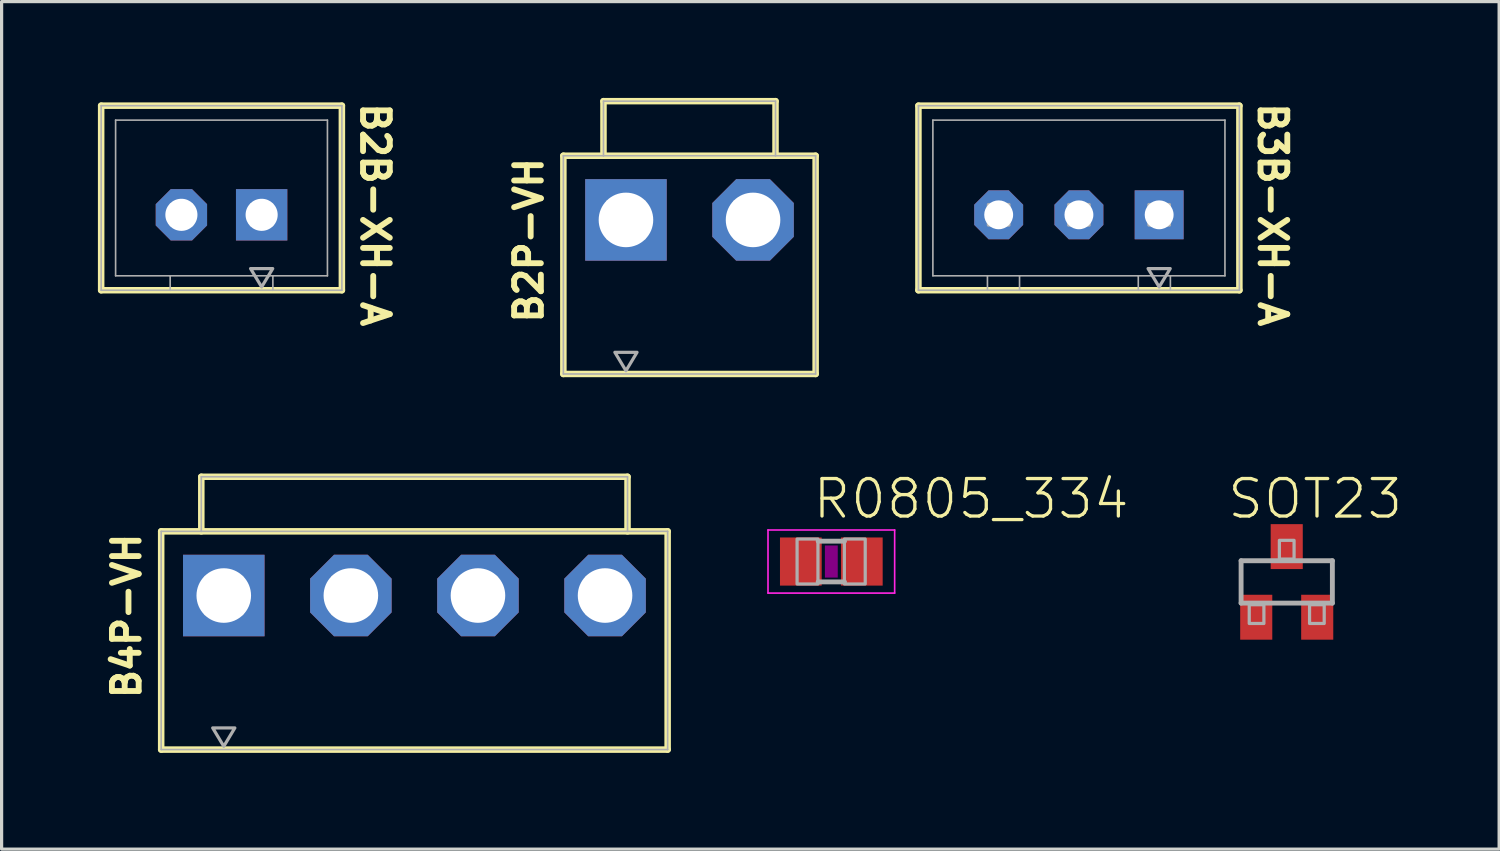
<source format=kicad_pcb>
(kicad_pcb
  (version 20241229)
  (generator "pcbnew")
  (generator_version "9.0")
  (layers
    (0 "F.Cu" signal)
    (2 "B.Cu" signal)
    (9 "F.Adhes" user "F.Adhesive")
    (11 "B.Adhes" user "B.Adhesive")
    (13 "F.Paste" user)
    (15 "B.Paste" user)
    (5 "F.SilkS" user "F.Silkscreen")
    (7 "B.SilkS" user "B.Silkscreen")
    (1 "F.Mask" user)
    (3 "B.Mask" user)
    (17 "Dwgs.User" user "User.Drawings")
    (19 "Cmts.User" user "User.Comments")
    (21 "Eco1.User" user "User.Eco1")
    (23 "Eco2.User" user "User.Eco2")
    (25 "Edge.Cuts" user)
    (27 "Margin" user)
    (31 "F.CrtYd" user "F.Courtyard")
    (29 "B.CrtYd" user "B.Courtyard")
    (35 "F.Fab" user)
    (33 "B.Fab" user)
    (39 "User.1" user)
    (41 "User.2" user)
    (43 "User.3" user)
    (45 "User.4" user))
  (footprint "B2P-VH"
    (layer "F.Cu")
    (at 18.433 3.802)
    (property "Reference" "B2P-VH" (at -4.52 0.635 90) (unlocked yes) (layer "F.SilkS") (effects (font (size 0.833 0.833) (thickness 0.183)) (justify bottom)))
    (fp_line (start -3.93 -2) (end 3.93 -2) (stroke (width 0.203) (type solid)) (layer "F.SilkS"))
    (fp_line (start -3.93 4.8) (end -3.93 -2) (stroke (width 0.203) (type solid)) (layer "F.SilkS"))
    (fp_line (start -2.68 -3.7) (end -2.68 -2) (stroke (width 0.203) (type solid)) (layer "F.SilkS"))
    (fp_line (start -2.68 -3.7) (end 2.68 -3.7) (stroke (width 0.203) (type solid)) (layer "F.SilkS"))
    (fp_line (start 2.68 -3.7) (end 2.68 -2) (stroke (width 0.203) (type solid)) (layer "F.SilkS"))
    (fp_line (start 3.93 -2) (end 3.93 4.8) (stroke (width 0.203) (type solid)) (layer "F.SilkS"))
    (fp_line (start 3.93 4.8) (end -3.93 4.8) (stroke (width 0.203) (type solid)) (layer "F.SilkS"))
    (fp_line (start -3.93 -2) (end -2.68 -2) (stroke (width 0.051) (type solid)) (layer "F.Fab"))
    (fp_line (start -3.93 4.8) (end -3.93 -2) (stroke (width 0.051) (type solid)) (layer "F.Fab"))
    (fp_line (start -2.68 -3.7) (end -2.68 -2) (stroke (width 0.051) (type solid)) (layer "F.Fab"))
    (fp_line (start -2.68 -3.7) (end 2.68 -3.7) (stroke (width 0.051) (type solid)) (layer "F.Fab"))
    (fp_line (start -2.68 -2) (end 2.68 -2) (stroke (width 0.051) (type solid)) (layer "F.Fab"))
    (fp_line (start 2.68 -3.7) (end 2.68 -2) (stroke (width 0.051) (type solid)) (layer "F.Fab"))
    (fp_line (start 2.68 -2) (end 3.93 -2) (stroke (width 0.051) (type solid)) (layer "F.Fab"))
    (fp_line (start 3.93 -2) (end 3.93 4.8) (stroke (width 0.051) (type solid)) (layer "F.Fab"))
    (fp_line (start 3.93 4.8) (end -3.93 4.8) (stroke (width 0.051) (type solid)) (layer "F.Fab"))
    (fp_poly (pts (xy -1.98 4.699) (xy -2.325 4.125) (xy -1.635 4.125)) (stroke (width 0.1) (type default)) (fill no) (layer "F.Fab"))
    (fp_poly (pts (xy -2.55 0.57) (xy -1.41 0.57) (xy -1.41 -0.57) (xy -2.55 -0.57)) (stroke (width 0.1) (type default)) (fill no) (layer "F.Fab"))
    (fp_poly (pts (xy 1.41 0.57) (xy 2.55 0.57) (xy 2.55 -0.57) (xy 1.41 -0.57)) (stroke (width 0.1) (type default)) (fill no) (layer "F.Fab"))
    (pad "1" thru_hole rect (at -1.98 0 90) (size 2.54 2.54) (drill 1.7) (layers "*.Cu" "*.Mask"))
    (pad "2" thru_hole roundrect (at 1.98 0 90) (size 2.54 2.54) (drill 1.7) (layers "*.Cu" "*.Mask") (roundrect_rratio 0.25) (chamfer_ratio 0.293) (chamfer top_left top_right bottom_left bottom_right)))
  (footprint "R0805_334"
    (layer "F.Cu")
    (at 22.852 14.446)
    (property "Reference" "R0805_334" (at -0.635 -1.27 0) (unlocked yes) (layer "F.SilkS") (effects (font (size 1.168 1.168) (thickness 0.102)) (justify left bottom)))
    (fp_poly (pts (xy -0.2 0.5) (xy 0.2 0.5) (xy 0.2 -0.5) (xy -0.2 -0.5)) (stroke (width 0) (type default)) (fill yes) (layer "F.Adhes"))
    (fp_line (start -1.973 -0.983) (end 1.973 -0.983) (stroke (width 0.051) (type solid)) (layer "F.CrtYd"))
    (fp_line (start -1.973 0.983) (end -1.973 -0.983) (stroke (width 0.051) (type solid)) (layer "F.CrtYd"))
    (fp_line (start 1.973 -0.983) (end 1.973 0.983) (stroke (width 0.051) (type solid)) (layer "F.CrtYd"))
    (fp_line (start 1.973 0.983) (end -1.973 0.983) (stroke (width 0.051) (type solid)) (layer "F.CrtYd"))
    (fp_line (start -0.41 -0.635) (end 0.41 -0.635) (stroke (width 0.152) (type solid)) (layer "F.Fab"))
    (fp_line (start -0.41 0.635) (end 0.41 0.635) (stroke (width 0.152) (type solid)) (layer "F.Fab"))
    (fp_poly (pts (xy -1.067 0.699) (xy -0.417 0.699) (xy -0.417 -0.702) (xy -1.067 -0.702)) (stroke (width 0.1) (type default)) (fill no) (layer "F.Fab"))
    (fp_poly (pts (xy 0.406 0.699) (xy 1.056 0.699) (xy 1.056 -0.702) (xy 0.406 -0.702)) (stroke (width 0.1) (type default)) (fill no) (layer "F.Fab"))
    (pad "1" smd rect (at -0.95 0) (size 1.3 1.5) (layers "F.Cu" "F.Mask" "F.Paste"))
    (pad "2" smd rect (at 0.95 0) (size 1.3 1.5) (layers "F.Cu" "F.Mask" "F.Paste")))
  (footprint "B4P-VH"
    (layer "F.Cu")
    (at 9.862 15.505)
    (property "Reference" "B4P-VH" (at -8.48 0.635 90) (unlocked yes) (layer "F.SilkS") (effects (font (size 0.833 0.833) (thickness 0.183)) (justify bottom)))
    (fp_line (start -7.89 -2) (end 7.89 -2) (stroke (width 0.203) (type solid)) (layer "F.SilkS"))
    (fp_line (start -7.89 4.8) (end -7.89 -2) (stroke (width 0.203) (type solid)) (layer "F.SilkS"))
    (fp_line (start -6.64 -3.7) (end -6.64 -2) (stroke (width 0.203) (type solid)) (layer "F.SilkS"))
    (fp_line (start -6.64 -3.7) (end 6.64 -3.7) (stroke (width 0.203) (type solid)) (layer "F.SilkS"))
    (fp_line (start 6.64 -3.7) (end 6.64 -2) (stroke (width 0.203) (type solid)) (layer "F.SilkS"))
    (fp_line (start 7.89 -2) (end 7.89 4.8) (stroke (width 0.203) (type solid)) (layer "F.SilkS"))
    (fp_line (start 7.89 4.8) (end -7.89 4.8) (stroke (width 0.203) (type solid)) (layer "F.SilkS"))
    (fp_line (start -7.89 -2) (end -6.64 -2) (stroke (width 0.051) (type solid)) (layer "F.Fab"))
    (fp_line (start -7.89 4.8) (end -7.89 -2) (stroke (width 0.051) (type solid)) (layer "F.Fab"))
    (fp_line (start -6.64 -3.7) (end -6.64 -2) (stroke (width 0.051) (type solid)) (layer "F.Fab"))
    (fp_line (start -6.64 -3.7) (end 6.64 -3.7) (stroke (width 0.051) (type solid)) (layer "F.Fab"))
    (fp_line (start -6.64 -2) (end 6.64 -2) (stroke (width 0.051) (type solid)) (layer "F.Fab"))
    (fp_line (start 6.64 -3.7) (end 6.64 -2) (stroke (width 0.051) (type solid)) (layer "F.Fab"))
    (fp_line (start 6.64 -2) (end 7.89 -2) (stroke (width 0.051) (type solid)) (layer "F.Fab"))
    (fp_line (start 7.89 -2) (end 7.89 4.8) (stroke (width 0.051) (type solid)) (layer "F.Fab"))
    (fp_line (start 7.89 4.8) (end -7.89 4.8) (stroke (width 0.051) (type solid)) (layer "F.Fab"))
    (fp_poly (pts (xy -5.94 4.699) (xy -6.285 4.125) (xy -5.595 4.125)) (stroke (width 0.1) (type default)) (fill no) (layer "F.Fab"))
    (fp_poly (pts (xy -6.51 0.57) (xy -5.37 0.57) (xy -5.37 -0.57) (xy -6.51 -0.57)) (stroke (width 0.1) (type default)) (fill no) (layer "F.Fab"))
    (fp_poly (pts (xy -2.55 0.57) (xy -1.41 0.57) (xy -1.41 -0.57) (xy -2.55 -0.57)) (stroke (width 0.1) (type default)) (fill no) (layer "F.Fab"))
    (fp_poly (pts (xy 1.41 0.57) (xy 2.55 0.57) (xy 2.55 -0.57) (xy 1.41 -0.57)) (stroke (width 0.1) (type default)) (fill no) (layer "F.Fab"))
    (fp_poly (pts (xy 5.37 0.57) (xy 6.51 0.57) (xy 6.51 -0.57) (xy 5.37 -0.57)) (stroke (width 0.1) (type default)) (fill no) (layer "F.Fab"))
    (pad "1" thru_hole rect (at -5.94 0 90) (size 2.54 2.54) (drill 1.7) (layers "*.Cu" "*.Mask"))
    (pad "2" thru_hole roundrect (at -1.98 0 90) (size 2.54 2.54) (drill 1.7) (layers "*.Cu" "*.Mask") (roundrect_rratio 0.25) (chamfer_ratio 0.293) (chamfer top_left top_right bottom_left bottom_right))
    (pad "3" thru_hole roundrect (at 1.98 0 90) (size 2.54 2.54) (drill 1.7) (layers "*.Cu" "*.Mask") (roundrect_rratio 0.25) (chamfer_ratio 0.293) (chamfer top_left top_right bottom_left bottom_right))
    (pad "4" thru_hole roundrect (at 5.94 0 90) (size 2.54 2.54) (drill 1.7) (layers "*.Cu" "*.Mask") (roundrect_rratio 0.25) (chamfer_ratio 0.293) (chamfer top_left top_right bottom_left bottom_right)))
  (footprint "B3B-XH-A"
    (layer "F.Cu")
    (at 30.566 3.643)
    (property "Reference" "B3B-XH-A" (at 5.548 0 270) (unlocked yes) (layer "F.SilkS") (effects (font (size 0.833 0.833) (thickness 0.183)) (justify bottom)))
    (fp_line (start -5 -3.4) (end 5 -3.4) (stroke (width 0.203) (type solid)) (layer "F.SilkS"))
    (fp_line (start -5 2.35) (end -5 -3.4) (stroke (width 0.203) (type solid)) (layer "F.SilkS"))
    (fp_line (start 5 -3.4) (end 5 2.35) (stroke (width 0.203) (type solid)) (layer "F.SilkS"))
    (fp_line (start 5 2.35) (end -5 2.35) (stroke (width 0.203) (type solid)) (layer "F.SilkS"))
    (fp_line (start -5 -3.4) (end 5 -3.4) (stroke (width 0.051) (type solid)) (layer "F.Fab"))
    (fp_line (start -5 2.35) (end -5 -3.4) (stroke (width 0.051) (type solid)) (layer "F.Fab"))
    (fp_line (start -4.55 -2.95) (end -4.55 1.9) (stroke (width 0.051) (type solid)) (layer "F.Fab"))
    (fp_line (start -4.55 -2.95) (end 4.55 -2.95) (stroke (width 0.051) (type solid)) (layer "F.Fab"))
    (fp_line (start -4.55 1.9) (end -2.85 1.9) (stroke (width 0.051) (type solid)) (layer "F.Fab"))
    (fp_line (start -2.85 1.9) (end -2.85 2.35) (stroke (width 0.051) (type solid)) (layer "F.Fab"))
    (fp_line (start -2.85 1.9) (end -1.85 1.9) (stroke (width 0.051) (type solid)) (layer "F.Fab"))
    (fp_line (start -2.85 2.35) (end -5 2.35) (stroke (width 0.051) (type solid)) (layer "F.Fab"))
    (fp_line (start -1.85 1.9) (end -1.85 2.35) (stroke (width 0.051) (type solid)) (layer "F.Fab"))
    (fp_line (start -1.85 1.9) (end 1.85 1.9) (stroke (width 0.051) (type solid)) (layer "F.Fab"))
    (fp_line (start -1.85 2.35) (end -2.85 2.35) (stroke (width 0.051) (type solid)) (layer "F.Fab"))
    (fp_line (start 1.85 1.9) (end 1.85 2.35) (stroke (width 0.051) (type solid)) (layer "F.Fab"))
    (fp_line (start 1.85 1.9) (end 2.85 1.9) (stroke (width 0.051) (type solid)) (layer "F.Fab"))
    (fp_line (start 1.85 2.35) (end -1.85 2.35) (stroke (width 0.051) (type solid)) (layer "F.Fab"))
    (fp_line (start 2.85 1.9) (end 2.85 2.35) (stroke (width 0.051) (type solid)) (layer "F.Fab"))
    (fp_line (start 2.85 1.9) (end 4.55 1.9) (stroke (width 0.051) (type solid)) (layer "F.Fab"))
    (fp_line (start 2.85 2.35) (end 1.85 2.35) (stroke (width 0.051) (type solid)) (layer "F.Fab"))
    (fp_line (start 4.55 -2.95) (end 4.55 1.9) (stroke (width 0.051) (type solid)) (layer "F.Fab"))
    (fp_line (start 5 -3.4) (end 5 2.35) (stroke (width 0.051) (type solid)) (layer "F.Fab"))
    (fp_line (start 5 2.35) (end 2.85 2.35) (stroke (width 0.051) (type solid)) (layer "F.Fab"))
    (fp_poly (pts (xy 2.5 2.249) (xy 2.155 1.675) (xy 2.845 1.675)) (stroke (width 0.1) (type default)) (fill no) (layer "F.Fab"))
    (fp_poly (pts (xy -2.82 0.32) (xy -2.18 0.32) (xy -2.18 -0.32) (xy -2.82 -0.32)) (stroke (width 0.1) (type default)) (fill no) (layer "F.Fab"))
    (fp_poly (pts (xy -0.32 0.32) (xy 0.32 0.32) (xy 0.32 -0.32) (xy -0.32 -0.32)) (stroke (width 0.1) (type default)) (fill no) (layer "F.Fab"))
    (fp_poly (pts (xy 2.18 0.32) (xy 2.82 0.32) (xy 2.82 -0.32) (xy 2.18 -0.32)) (stroke (width 0.1) (type default)) (fill no) (layer "F.Fab"))
    (pad "1" thru_hole rect (at 2.5 0 90) (size 1.524 1.524) (drill 0.9) (layers "*.Cu" "*.Mask"))
    (pad "2" thru_hole roundrect (at 0 0 90) (size 1.524 1.524) (drill 0.9) (layers "*.Cu" "*.Mask") (roundrect_rratio 0.25) (chamfer_ratio 0.293) (chamfer top_left top_right bottom_left bottom_right))
    (pad "3" thru_hole roundrect (at -2.5 0 90) (size 1.524 1.524) (drill 0.9) (layers "*.Cu" "*.Mask") (roundrect_rratio 0.25) (chamfer_ratio 0.293) (chamfer top_left top_right bottom_left bottom_right)))
  (footprint "SOT23"
    (layer "F.Cu")
    (at 37.041 15.081)
    (property "Reference" "SOT23" (at -1.905 -1.905 0) (unlocked yes) (layer "F.SilkS") (effects (font (size 1.168 1.168) (thickness 0.102)) (justify left bottom)))
    (fp_line (start -1.422 -0.66) (end 1.422 -0.66) (stroke (width 0.152) (type solid)) (layer "F.Fab"))
    (fp_line (start -1.422 0.66) (end -1.422 -0.66) (stroke (width 0.152) (type solid)) (layer "F.Fab"))
    (fp_line (start 1.422 -0.66) (end 1.422 0.66) (stroke (width 0.152) (type solid)) (layer "F.Fab"))
    (fp_line (start 1.422 0.66) (end -1.422 0.66) (stroke (width 0.152) (type solid)) (layer "F.Fab"))
    (fp_poly (pts (xy -1.168 1.295) (xy -0.711 1.295) (xy -0.711 0.711) (xy -1.168 0.711)) (stroke (width 0.1) (type default)) (fill no) (layer "F.Fab"))
    (fp_poly (pts (xy -0.229 -0.711) (xy 0.229 -0.711) (xy 0.229 -1.295) (xy -0.229 -1.295)) (stroke (width 0.1) (type default)) (fill no) (layer "F.Fab"))
    (fp_poly (pts (xy 0.711 1.295) (xy 1.168 1.295) (xy 1.168 0.711) (xy 0.711 0.711)) (stroke (width 0.1) (type default)) (fill no) (layer "F.Fab"))
    (pad "1" smd rect (at -0.95 1.1) (size 1 1.4) (layers "F.Cu" "F.Mask" "F.Paste"))
    (pad "2" smd rect (at 0.95 1.1) (size 1 1.4) (layers "F.Cu" "F.Mask" "F.Paste"))
    (pad "3" smd rect (at 0 -1.1) (size 1 1.4) (layers "F.Cu" "F.Mask" "F.Paste")))
  (footprint "B2B-XH-A"
    (layer "F.Cu")
    (at 3.852 3.643)
    (property "Reference" "B2B-XH-A" (at 4.298 0 270) (unlocked yes) (layer "F.SilkS") (effects (font (size 0.833 0.833) (thickness 0.183)) (justify bottom)))
    (fp_line (start -3.75 -3.4) (end 3.75 -3.4) (stroke (width 0.203) (type solid)) (layer "F.SilkS"))
    (fp_line (start -3.75 2.35) (end -3.75 -3.4) (stroke (width 0.203) (type solid)) (layer "F.SilkS"))
    (fp_line (start 3.75 -3.4) (end 3.75 2.35) (stroke (width 0.203) (type solid)) (layer "F.SilkS"))
    (fp_line (start 3.75 2.35) (end -3.75 2.35) (stroke (width 0.203) (type solid)) (layer "F.SilkS"))
    (fp_line (start -3.75 -3.4) (end 3.75 -3.4) (stroke (width 0.051) (type solid)) (layer "F.Fab"))
    (fp_line (start -3.75 2.35) (end -3.75 -3.4) (stroke (width 0.051) (type solid)) (layer "F.Fab"))
    (fp_line (start -3.3 -2.95) (end -3.3 1.9) (stroke (width 0.051) (type solid)) (layer "F.Fab"))
    (fp_line (start -3.3 -2.95) (end 3.3 -2.95) (stroke (width 0.051) (type solid)) (layer "F.Fab"))
    (fp_line (start -3.3 1.9) (end -1.6 1.9) (stroke (width 0.051) (type solid)) (layer "F.Fab"))
    (fp_line (start -1.6 1.9) (end -1.6 2.35) (stroke (width 0.051) (type solid)) (layer "F.Fab"))
    (fp_line (start -1.6 1.9) (end 1.6 1.9) (stroke (width 0.051) (type solid)) (layer "F.Fab"))
    (fp_line (start -1.6 2.35) (end -3.75 2.35) (stroke (width 0.051) (type solid)) (layer "F.Fab"))
    (fp_line (start 1.6 1.9) (end 1.6 2.35) (stroke (width 0.051) (type solid)) (layer "F.Fab"))
    (fp_line (start 1.6 1.9) (end 3.3 1.9) (stroke (width 0.051) (type solid)) (layer "F.Fab"))
    (fp_line (start 1.6 2.35) (end -1.6 2.35) (stroke (width 0.051) (type solid)) (layer "F.Fab"))
    (fp_line (start 3.3 -2.95) (end 3.3 1.9) (stroke (width 0.051) (type solid)) (layer "F.Fab"))
    (fp_line (start 3.75 -3.4) (end 3.75 2.35) (stroke (width 0.051) (type solid)) (layer "F.Fab"))
    (fp_line (start 3.75 2.35) (end 1.6 2.35) (stroke (width 0.051) (type solid)) (layer "F.Fab"))
    (fp_poly (pts (xy 1.25 2.249) (xy 0.905 1.675) (xy 1.595 1.675)) (stroke (width 0.1) (type default)) (fill no) (layer "F.Fab"))
    (fp_poly (pts (xy -1.57 0.32) (xy -0.93 0.32) (xy -0.93 -0.32) (xy -1.57 -0.32)) (stroke (width 0.1) (type default)) (fill no) (layer "F.Fab"))
    (fp_poly (pts (xy 0.93 0.32) (xy 1.57 0.32) (xy 1.57 -0.32) (xy 0.93 -0.32)) (stroke (width 0.1) (type default)) (fill no) (layer "F.Fab"))
    (pad "1" thru_hole rect (at 1.25 0 90) (size 1.6 1.6) (drill 1) (layers "*.Cu" "*.Mask"))
    (pad "2" thru_hole roundrect (at -1.25 0 90) (size 1.6 1.6) (drill 1) (layers "*.Cu" "*.Mask") (roundrect_rratio 0.25) (chamfer_ratio 0.293) (chamfer top_left top_right bottom_left bottom_right)))
  (gr_rect
    (start -3 -3)
    (end 43.659 23.406)
    (stroke (width 0.1) (type default))
    (fill no)
    (layer "Edge.Cuts")))
</source>
